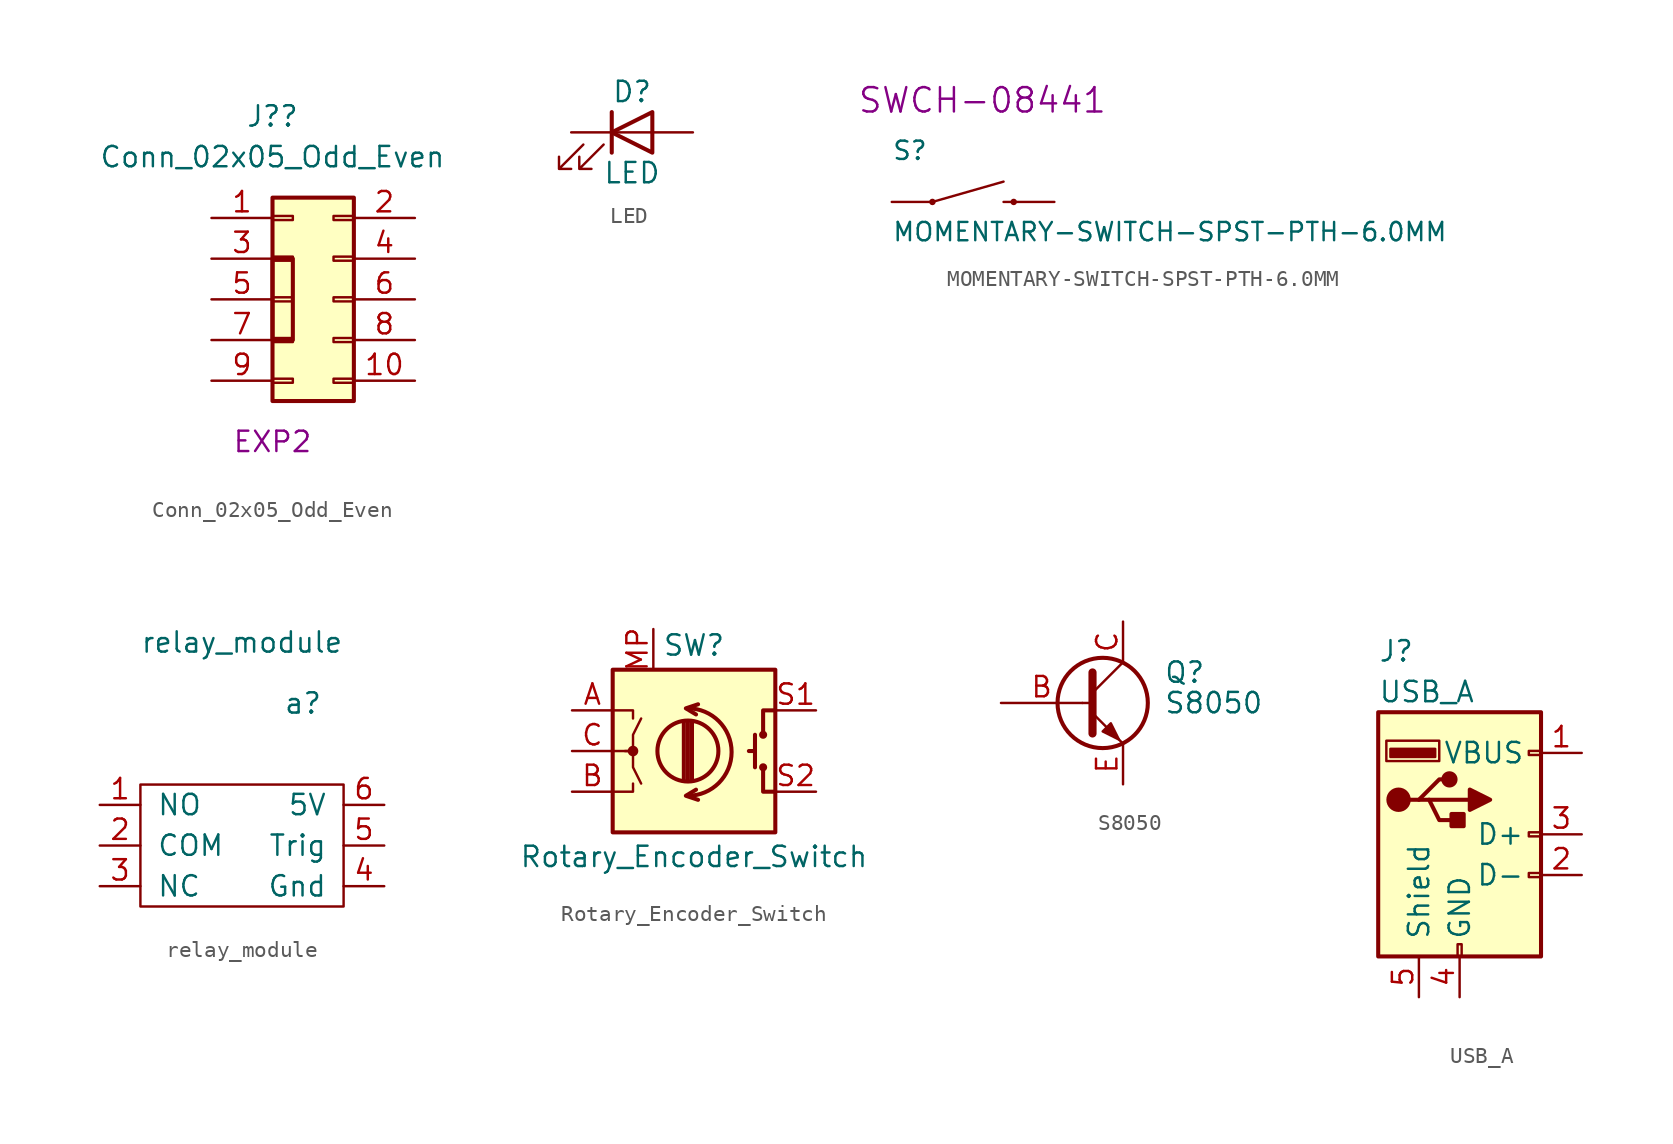
<source format=kicad_sym>
(kicad_symbol_lib
  (version 20211014)
  (generator kicad_symbol_editor)
  (symbol "Conn_02x05_Odd_Even"
    (pin_names
      (offset 1.016) hide)
    (property "Reference" "J?"
      (at -1.27 11.43 0)
      (effects (font (size 1.27 1.27))))
    (property "Value" "Conn_02x05_Odd_Even"
      (at -1.27 8.89 0)
      (effects (font (size 1.27 1.27))))
    (property "name" "EXP2"
      (at -1.27 -8.89 0)
      (effects (font (size 1.27 1.27))))
    (symbol "Conn_02x05_Odd_Even_0_1"
      (rectangle (start -1.27 2.54) (end 0 -2.54) (stroke (width 0.254) (type default) (color 0 0 0 0)) (fill (type none))))
    (symbol "Conn_02x05_Odd_Even_1_1"
      (rectangle (start -1.27 -4.953) (end 0 -5.207) (stroke (width 0.152) (type default) (color 0 0 0 0)) (fill (type none)))
      (rectangle (start -1.27 -2.413) (end 0 -2.667) (stroke (width 0.152) (type default) (color 0 0 0 0)) (fill (type none)))
      (rectangle (start -1.27 0.127) (end 0 -0.127) (stroke (width 0.152) (type default) (color 0 0 0 0)) (fill (type none)))
      (rectangle (start -1.27 2.667) (end 0 2.413) (stroke (width 0.152) (type default) (color 0 0 0 0)) (fill (type none)))
      (rectangle (start -1.27 5.207) (end 0 4.953) (stroke (width 0.152) (type default) (color 0 0 0 0)) (fill (type none)))
      (rectangle (start -1.27 6.35) (end 3.81 -6.35) (stroke (width 0.254) (type default) (color 0 0 0 0)) (fill (type background)))
      (rectangle (start 3.81 -4.953) (end 2.54 -5.207) (stroke (width 0.152) (type default) (color 0 0 0 0)) (fill (type none)))
      (rectangle (start 3.81 -2.413) (end 2.54 -2.667) (stroke (width 0.152) (type default) (color 0 0 0 0)) (fill (type none)))
      (rectangle (start 3.81 0.127) (end 2.54 -0.127) (stroke (width 0.152) (type default) (color 0 0 0 0)) (fill (type none)))
      (rectangle (start 3.81 2.667) (end 2.54 2.413) (stroke (width 0.152) (type default) (color 0 0 0 0)) (fill (type none)))
      (rectangle (start 3.81 5.207) (end 2.54 4.953) (stroke (width 0.152) (type default) (color 0 0 0 0)) (fill (type none)))
      (pin passive line (at -5.08 5.08 0) (length 3.81) (name "Pin_1" (effects (font (size 1.27 1.27)))) (number "1" (effects (font (size 1.27 1.27)))))
      (pin passive line (at 7.62 -5.08 180) (length 3.81) (name "Pin_10" (effects (font (size 1.27 1.27)))) (number "10" (effects (font (size 1.27 1.27)))))
      (pin passive line (at 7.62 5.08 180) (length 3.81) (name "Pin_2" (effects (font (size 1.27 1.27)))) (number "2" (effects (font (size 1.27 1.27)))))
      (pin passive line (at -5.08 2.54 0) (length 3.81) (name "Pin_3" (effects (font (size 1.27 1.27)))) (number "3" (effects (font (size 1.27 1.27)))))
      (pin passive line (at 7.62 2.54 180) (length 3.81) (name "Pin_4" (effects (font (size 1.27 1.27)))) (number "4" (effects (font (size 1.27 1.27)))))
      (pin passive line (at -5.08 0 0) (length 3.81) (name "Pin_5" (effects (font (size 1.27 1.27)))) (number "5" (effects (font (size 1.27 1.27)))))
      (pin passive line (at 7.62 0 180) (length 3.81) (name "Pin_6" (effects (font (size 1.27 1.27)))) (number "6" (effects (font (size 1.27 1.27)))))
      (pin passive line (at -5.08 -2.54 0) (length 3.81) (name "Pin_7" (effects (font (size 1.27 1.27)))) (number "7" (effects (font (size 1.27 1.27)))))
      (pin passive line (at 7.62 -2.54 180) (length 3.81) (name "Pin_8" (effects (font (size 1.27 1.27)))) (number "8" (effects (font (size 1.27 1.27)))))
      (pin passive line (at -5.08 -5.08 0) (length 3.81) (name "Pin_9" (effects (font (size 1.27 1.27)))) (number "9" (effects (font (size 1.27 1.27)))))))
  (symbol "LED"
    (pin_numbers hide)
    (pin_names
      (offset 1.016) hide)
    (property "Reference" "D"
      (at 0 2.54 0)
      (effects (font (size 1.27 1.27))))
    (property "Value" "LED"
      (at 0 -2.54 0)
      (effects (font (size 1.27 1.27))))
    (symbol "LED_0_1"
      (polyline (pts (xy -1.27 -1.27) (xy -1.27 1.27)) (stroke (width 0.254) (type default) (color 0 0 0 0)) (fill (type none)))
      (polyline (pts (xy -1.27 0) (xy 1.27 0)) (stroke (width 0) (type default) (color 0 0 0 0)) (fill (type none)))
      (polyline (pts (xy 1.27 -1.27) (xy 1.27 1.27) (xy -1.27 0) (xy 1.27 -1.27)) (stroke (width 0.254) (type default) (color 0 0 0 0)) (fill (type none)))
      (polyline (pts (xy -3.048 -0.762) (xy -4.572 -2.286) (xy -3.81 -2.286) (xy -4.572 -2.286) (xy -4.572 -1.524)) (stroke (width 0) (type default) (color 0 0 0 0)) (fill (type none)))
      (polyline (pts (xy -1.778 -0.762) (xy -3.302 -2.286) (xy -2.54 -2.286) (xy -3.302 -2.286) (xy -3.302 -1.524)) (stroke (width 0) (type default) (color 0 0 0 0)) (fill (type none))))
    (symbol "LED_1_1"
      (pin passive line (at 3.81 0 180) (length 2.54) (name "A" (effects (font (size 1.27 1.27)))) (number "A" (effects (font (size 1.27 1.27)))))
      (pin passive line (at -3.81 0 0) (length 2.54) (name "K" (effects (font (size 1.27 1.27)))) (number "K" (effects (font (size 1.27 1.27)))))))
  (symbol "MOMENTARY-SWITCH-SPST-PTH-6.0MM"
    (pin_numbers hide)
    (pin_names
      (offset 1.016) hide)
    (property "Reference" "S"
      (at -5.08 2.54 0)
      (effects (font (size 1.143 1.143)) (justify left bottom)))
    (property "Value" "MOMENTARY-SWITCH-SPST-PTH-6.0MM"
      (at -5.08 -2.54 0)
      (effects (font (size 1.143 1.143)) (justify left bottom)))
    (property "Field4" " SWCH-08441"
      (at 0 6.35 0)
      (effects (font (size 1.524 1.524))))
    (property "ki_locked" ""
      (at 0 0 0)
      (effects (font (size 1.27 1.27))))
    (symbol "MOMENTARY-SWITCH-SPST-PTH-6.0MM_1_0"
      (polyline (pts (xy -2.54 0) (xy 1.905 1.27)) (stroke (width 0) (type default) (color 0 0 0 0)) (fill (type none)))
      (polyline (pts (xy 1.905 0) (xy 2.54 0)) (stroke (width 0) (type default) (color 0 0 0 0)) (fill (type none))))
    (symbol "MOMENTARY-SWITCH-SPST-PTH-6.0MM_1_1"
      (circle (center -2.54 0) (radius 0.127) (stroke (width 0) (type default) (color 0 0 0 0)) (fill (type outline)))
      (circle (center 2.54 0) (radius 0.127) (stroke (width 0) (type default) (color 0 0 0 0)) (fill (type outline)))
      (pin passive line (at -5.08 0 0) (length 2.54) (name "1" (effects (font (size 1.016 1.016)))) (number "1" (effects (font (size 1.016 1.016)))))
      (pin passive line (at 5.08 0 180) (length 2.54) (name "2" (effects (font (size 1.016 1.016)))) (number "2" (effects (font (size 1.016 1.016)))))))
  (symbol "relay_module"
    (pin_names
      (offset 1.016))
    (property "Reference" "a"
      (at 3.81 8.89 0)
      (effects (font (size 1.27 1.27))))
    (property "Value" "relay_module"
      (at 0 12.7 0)
      (effects (font (size 1.27 1.27))))
    (symbol "relay_module_0_1"
      (rectangle (start -6.35 3.81) (end 6.35 -3.81) (stroke (width 0) (type default) (color 0 0 0 0)) (fill (type none))))
    (symbol "relay_module_1_1"
      (pin passive line (at -8.89 2.54 0) (length 2.54) (name "NO" (effects (font (size 1.27 1.27)))) (number "1" (effects (font (size 1.27 1.27)))))
      (pin passive line (at -8.89 0 0) (length 2.54) (name "COM" (effects (font (size 1.27 1.27)))) (number "2" (effects (font (size 1.27 1.27)))))
      (pin passive line (at -8.89 -2.54 0) (length 2.54) (name "NC" (effects (font (size 1.27 1.27)))) (number "3" (effects (font (size 1.27 1.27)))))
      (pin power_in line (at 8.89 -2.54 180) (length 2.54) (name "Gnd" (effects (font (size 1.27 1.27)))) (number "4" (effects (font (size 1.27 1.27)))))
      (pin input line (at 8.89 0 180) (length 2.54) (name "Trig" (effects (font (size 1.27 1.27)))) (number "5" (effects (font (size 1.27 1.27)))))
      (pin power_in line (at 8.89 2.54 180) (length 2.54) (name "5V" (effects (font (size 1.27 1.27)))) (number "6" (effects (font (size 1.27 1.27)))))))
  (symbol "Rotary_Encoder_Switch"
    (pin_names
      (offset 0.254) hide)
    (property "Reference" "SW"
      (at 0 6.604 0)
      (effects (font (size 1.27 1.27))))
    (property "Value" "Rotary_Encoder_Switch"
      (at 0 -6.604 0)
      (effects (font (size 1.27 1.27))))
    (symbol "Rotary_Encoder_Switch_0_1"
      (rectangle (start -5.08 5.08) (end 5.08 -5.08) (stroke (width 0.254) (type default) (color 0 0 0 0)) (fill (type background)))
      (circle (center -3.81 0) (radius 0.254) (stroke (width 0) (type default) (color 0 0 0 0)) (fill (type outline)))
      (arc (start -0.381 -2.794) (mid 2.3622 -0.0635) (end -0.381 2.667) (stroke (width 0.254) (type default) (color 0 0 0 0)) (fill (type none)))
      (circle (center -0.381 0) (radius 1.905) (stroke (width 0.254) (type default) (color 0 0 0 0)) (fill (type none)))
      (polyline (pts (xy -0.635 -1.778) (xy -0.635 1.778)) (stroke (width 0.254) (type default) (color 0 0 0 0)) (fill (type none)))
      (polyline (pts (xy -0.381 -1.778) (xy -0.381 1.778)) (stroke (width 0.254) (type default) (color 0 0 0 0)) (fill (type none)))
      (polyline (pts (xy -0.127 1.778) (xy -0.127 -1.778)) (stroke (width 0.254) (type default) (color 0 0 0 0)) (fill (type none)))
      (polyline (pts (xy 3.81 0) (xy 3.429 0)) (stroke (width 0.254) (type default) (color 0 0 0 0)) (fill (type none)))
      (polyline (pts (xy 3.81 1.016) (xy 3.81 -1.016)) (stroke (width 0.254) (type default) (color 0 0 0 0)) (fill (type none)))
      (polyline (pts (xy -5.08 -2.54) (xy -3.81 -2.54) (xy -3.81 -2.032)) (stroke (width 0) (type default) (color 0 0 0 0)) (fill (type none)))
      (polyline (pts (xy -5.08 2.54) (xy -3.81 2.54) (xy -3.81 2.032)) (stroke (width 0) (type default) (color 0 0 0 0)) (fill (type none)))
      (polyline (pts (xy 0.254 -3.048) (xy -0.508 -2.794) (xy 0.127 -2.413)) (stroke (width 0.254) (type default) (color 0 0 0 0)) (fill (type none)))
      (polyline (pts (xy 0.254 2.921) (xy -0.508 2.667) (xy 0.127 2.286)) (stroke (width 0.254) (type default) (color 0 0 0 0)) (fill (type none)))
      (polyline (pts (xy 5.08 -2.54) (xy 4.318 -2.54) (xy 4.318 -1.016)) (stroke (width 0.254) (type default) (color 0 0 0 0)) (fill (type none)))
      (polyline (pts (xy 5.08 2.54) (xy 4.318 2.54) (xy 4.318 1.016)) (stroke (width 0.254) (type default) (color 0 0 0 0)) (fill (type none)))
      (polyline (pts (xy -5.08 0) (xy -3.81 0) (xy -3.81 -1.016) (xy -3.302 -2.032)) (stroke (width 0) (type default) (color 0 0 0 0)) (fill (type none)))
      (polyline (pts (xy -4.318 0) (xy -3.81 0) (xy -3.81 1.016) (xy -3.302 2.032)) (stroke (width 0) (type default) (color 0 0 0 0)) (fill (type none)))
      (circle (center 4.318 -1.016) (radius 0.127) (stroke (width 0.254) (type default) (color 0 0 0 0)) (fill (type none)))
      (circle (center 4.318 1.016) (radius 0.127) (stroke (width 0.254) (type default) (color 0 0 0 0)) (fill (type none))))
    (symbol "Rotary_Encoder_Switch_1_1"
      (pin passive line (at -7.62 2.54 0) (length 2.54) (name "A" (effects (font (size 1.27 1.27)))) (number "A" (effects (font (size 1.27 1.27)))))
      (pin passive line (at -7.62 -2.54 0) (length 2.54) (name "B" (effects (font (size 1.27 1.27)))) (number "B" (effects (font (size 1.27 1.27)))))
      (pin passive line (at -7.62 0 0) (length 2.54) (name "C" (effects (font (size 1.27 1.27)))) (number "C" (effects (font (size 1.27 1.27)))))
      (pin bidirectional line (at -2.54 7.62 270) (length 2.54) (name "MP" (effects (font (size 1.27 1.27)))) (number "MP" (effects (font (size 1.27 1.27)))))
      (pin passive line (at 7.62 2.54 180) (length 2.54) (name "S1" (effects (font (size 1.27 1.27)))) (number "S1" (effects (font (size 1.27 1.27)))))
      (pin passive line (at 7.62 -2.54 180) (length 2.54) (name "S2" (effects (font (size 1.27 1.27)))) (number "S2" (effects (font (size 1.27 1.27)))))))
  (symbol "S8050"
    (pin_names
      (offset 0) hide)
    (property "Reference" "Q"
      (at 5.08 1.905 0)
      (effects (font (size 1.27 1.27)) (justify left)))
    (property "Value" "S8050"
      (at 5.08 0 0)
      (effects (font (size 1.27 1.27)) (justify left)))
    (symbol "S8050_0_1"
      (polyline (pts (xy 0 0) (xy 0.635 0)) (stroke (width 0) (type default) (color 0 0 0 0)) (fill (type none)))
      (polyline (pts (xy 0.635 0.635) (xy 2.54 2.54)) (stroke (width 0) (type default) (color 0 0 0 0)) (fill (type none)))
      (polyline (pts (xy 0.635 -0.635) (xy 2.54 -2.54) (xy 2.54 -2.54)) (stroke (width 0) (type default) (color 0 0 0 0)) (fill (type none)))
      (polyline (pts (xy 0.635 1.905) (xy 0.635 -1.905) (xy 0.635 -1.905)) (stroke (width 0.508) (type default) (color 0 0 0 0)) (fill (type none)))
      (polyline (pts (xy 1.27 -1.778) (xy 1.778 -1.27) (xy 2.286 -2.286) (xy 1.27 -1.778) (xy 1.27 -1.778)) (stroke (width 0) (type default) (color 0 0 0 0)) (fill (type outline)))
      (circle (center 1.27 0) (radius 2.819) (stroke (width 0.254) (type default) (color 0 0 0 0)) (fill (type none))))
    (symbol "S8050_1_1"
      (pin input line (at -5.08 0 0) (length 5.08) (name "B" (effects (font (size 1.27 1.27)))) (number "B" (effects (font (size 1.27 1.27)))))
      (pin passive line (at 2.54 5.08 270) (length 2.54) (name "C" (effects (font (size 1.27 1.27)))) (number "C" (effects (font (size 1.27 1.27)))))
      (pin passive line (at 2.54 -5.08 90) (length 2.54) (name "E" (effects (font (size 1.27 1.27)))) (number "E" (effects (font (size 1.27 1.27)))))))
  (symbol "USB_A"
    (pin_names
      (offset 1.016))
    (property "Reference" "J"
      (at -5.08 11.43 0)
      (effects (font (size 1.27 1.27)) (justify left)))
    (property "Value" "USB_A"
      (at -5.08 8.89 0)
      (effects (font (size 1.27 1.27)) (justify left)))
    (symbol "USB_A_0_1"
      (rectangle (start -5.08 -7.62) (end 5.08 7.62) (stroke (width 0.254) (type default) (color 0 0 0 0)) (fill (type background)))
      (circle (center -3.81 2.159) (radius 0.635) (stroke (width 0.254) (type default) (color 0 0 0 0)) (fill (type outline)))
      (rectangle (start -1.524 4.826) (end -4.318 5.334) (stroke (width 0) (type default) (color 0 0 0 0)) (fill (type outline)))
      (rectangle (start -1.27 4.572) (end -4.572 5.842) (stroke (width 0) (type default) (color 0 0 0 0)) (fill (type none)))
      (circle (center -0.635 3.429) (radius 0.381) (stroke (width 0.254) (type default) (color 0 0 0 0)) (fill (type outline)))
      (rectangle (start -0.127 -7.62) (end 0.127 -6.858) (stroke (width 0) (type default) (color 0 0 0 0)) (fill (type none)))
      (polyline (pts (xy -3.175 2.159) (xy -2.54 2.159) (xy -1.27 3.429) (xy -0.635 3.429)) (stroke (width 0.254) (type default) (color 0 0 0 0)) (fill (type none)))
      (polyline (pts (xy -2.54 2.159) (xy -1.905 2.159) (xy -1.27 0.889) (xy 0 0.889)) (stroke (width 0.254) (type default) (color 0 0 0 0)) (fill (type none)))
      (polyline (pts (xy 0.635 2.794) (xy 0.635 1.524) (xy 1.905 2.159) (xy 0.635 2.794)) (stroke (width 0.254) (type default) (color 0 0 0 0)) (fill (type outline)))
      (rectangle (start 0.254 1.27) (end -0.508 0.508) (stroke (width 0.254) (type default) (color 0 0 0 0)) (fill (type outline)))
      (rectangle (start 5.08 -2.667) (end 4.318 -2.413) (stroke (width 0) (type default) (color 0 0 0 0)) (fill (type none)))
      (rectangle (start 5.08 -0.127) (end 4.318 0.127) (stroke (width 0) (type default) (color 0 0 0 0)) (fill (type none)))
      (rectangle (start 5.08 4.953) (end 4.318 5.207) (stroke (width 0) (type default) (color 0 0 0 0)) (fill (type none))))
    (symbol "USB_A_1_1"
      (polyline (pts (xy -1.905 2.159) (xy 0.635 2.159)) (stroke (width 0.254) (type default) (color 0 0 0 0)) (fill (type none)))
      (pin power_in line (at 7.62 5.08 180) (length 2.54) (name "VBUS" (effects (font (size 1.27 1.27)))) (number "1" (effects (font (size 1.27 1.27)))))
      (pin bidirectional line (at 7.62 -2.54 180) (length 2.54) (name "D-" (effects (font (size 1.27 1.27)))) (number "2" (effects (font (size 1.27 1.27)))))
      (pin bidirectional line (at 7.62 0 180) (length 2.54) (name "D+" (effects (font (size 1.27 1.27)))) (number "3" (effects (font (size 1.27 1.27)))))
      (pin power_in line (at 0 -10.16 90) (length 2.54) (name "GND" (effects (font (size 1.27 1.27)))) (number "4" (effects (font (size 1.27 1.27)))))
      (pin passive line (at -2.54 -10.16 90) (length 2.54) (name "Shield" (effects (font (size 1.27 1.27)))) (number "5" (effects (font (size 1.27 1.27)))))
      (pin input line (at -2.54 -10.16 90) (length 2.54) hide (name "6" (effects (font (size 1.27 1.27)))) (number "6" (effects (font (size 1.27 1.27))))))))
</source>
